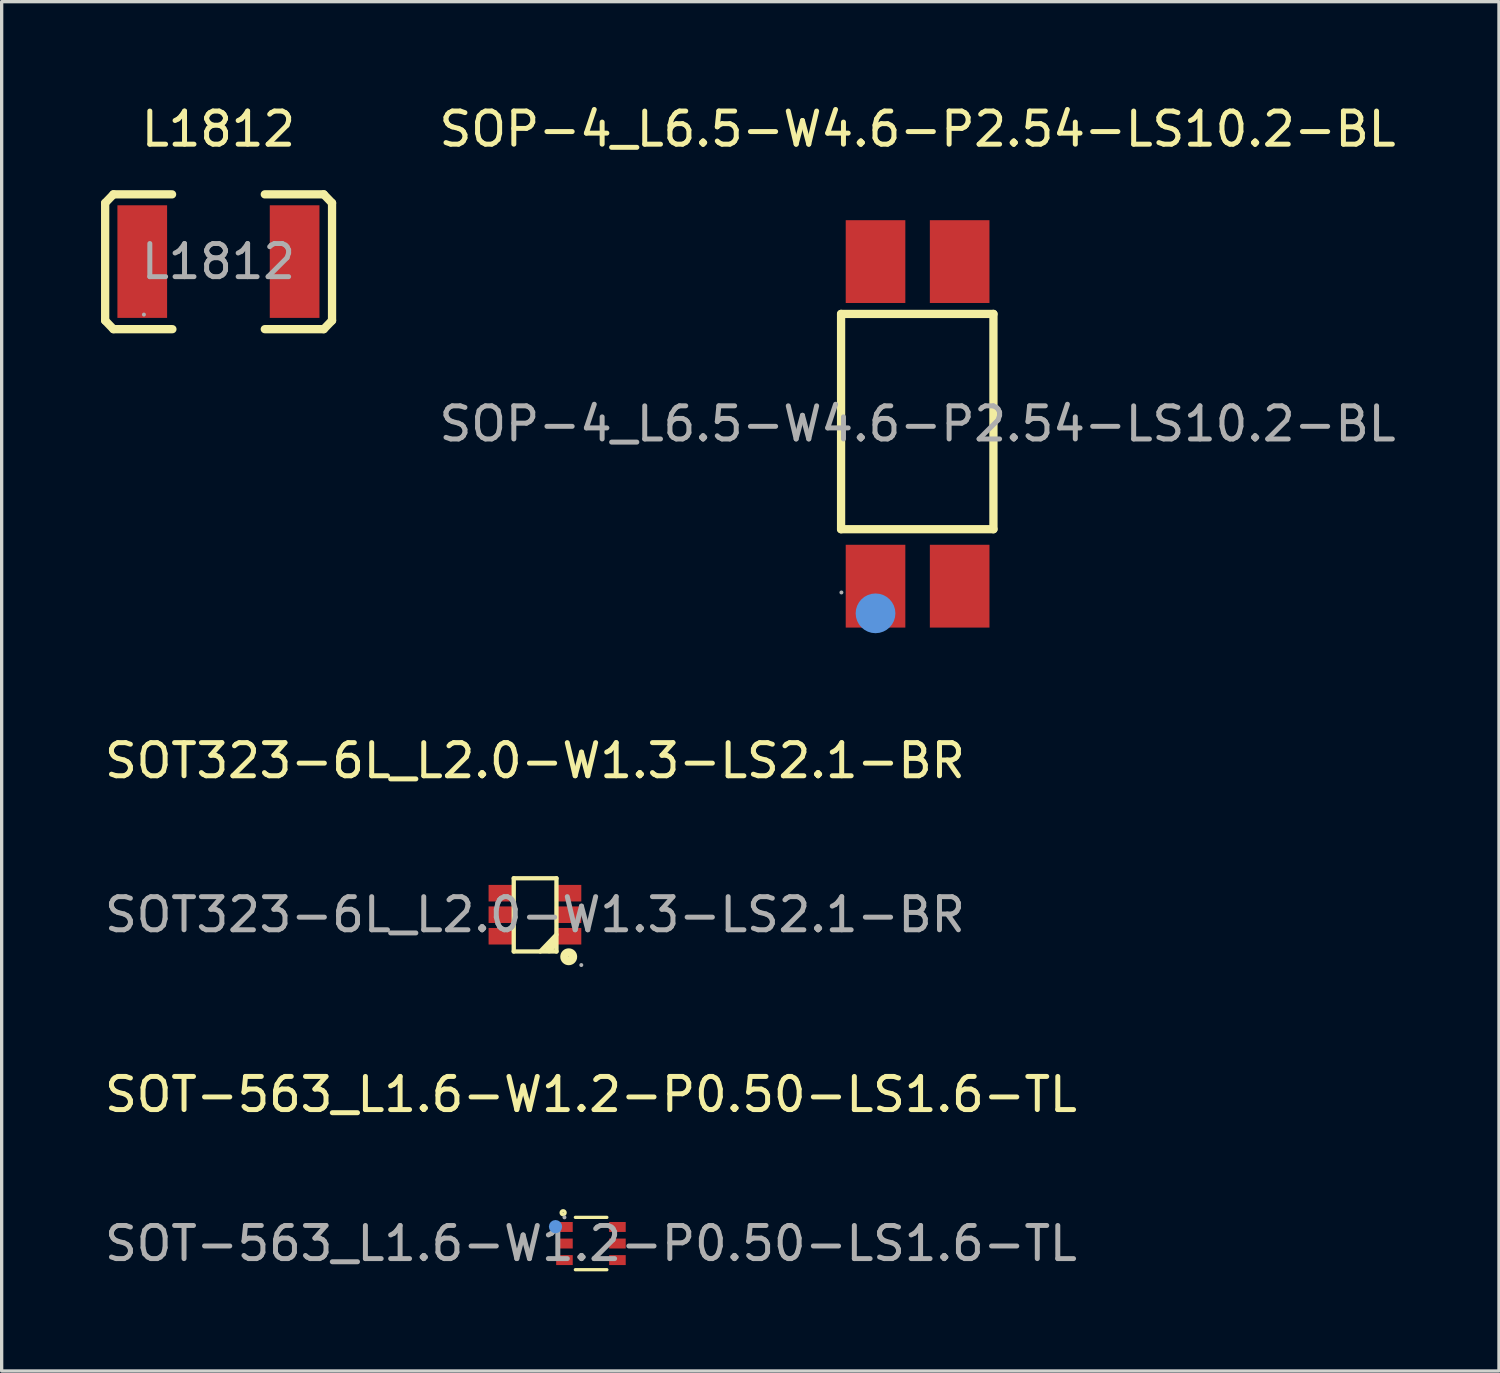
<source format=kicad_pcb>
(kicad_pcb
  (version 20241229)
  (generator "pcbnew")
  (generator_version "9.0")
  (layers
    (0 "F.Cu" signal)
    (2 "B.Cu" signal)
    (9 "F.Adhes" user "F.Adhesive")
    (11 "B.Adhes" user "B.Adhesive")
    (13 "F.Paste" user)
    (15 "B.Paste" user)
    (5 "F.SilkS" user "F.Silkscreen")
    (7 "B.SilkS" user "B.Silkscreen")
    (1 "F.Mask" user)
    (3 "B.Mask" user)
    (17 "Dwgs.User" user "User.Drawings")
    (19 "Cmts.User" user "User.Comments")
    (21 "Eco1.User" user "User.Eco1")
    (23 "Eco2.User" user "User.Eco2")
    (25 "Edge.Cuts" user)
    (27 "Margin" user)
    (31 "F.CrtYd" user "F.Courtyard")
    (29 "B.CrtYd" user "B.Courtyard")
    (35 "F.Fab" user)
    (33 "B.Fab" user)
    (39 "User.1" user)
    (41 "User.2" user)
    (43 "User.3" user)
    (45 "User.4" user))
  (footprint "SOP-4_L6.5-W4.6-P2.54-LS10.2-BL"
    (layer "F.Cu")
    (at 24.654 9.748)
    (property "Reference" "SOP-4_L6.5-W4.6-P2.54-LS10.2-BL" (at 0 -8.9 0) (layer "F.SilkS") (effects (font (size 1 1) (thickness 0.15))))
    (attr through_hole)
    (fp_line (start -2.31 -3.32) (end 2.29 -3.32) (stroke (width 0.25) (type solid)) (layer "F.SilkS"))
    (fp_line (start -2.31 3.18) (end -2.31 -3.32) (stroke (width 0.25) (type solid)) (layer "F.SilkS"))
    (fp_line (start 2.29 -3.32) (end 2.29 3.18) (stroke (width 0.25) (type solid)) (layer "F.SilkS"))
    (fp_line (start 2.29 3.18) (end -2.31 3.18) (stroke (width 0.25) (type solid)) (layer "F.SilkS"))
    (fp_circle (center -1.27 5.72) (end -0.97 5.72) (stroke (width 0.6) (type solid)) (fill no) (layer "Cmts.User"))
    (fp_circle (center -2.3 5.09) (end -2.27 5.09) (stroke (width 0.06) (type solid)) (fill no) (layer "F.Fab"))
    (fp_text user "${REFERENCE}" (at 0 0 0) (layer "F.Fab") (effects (font (size 1 1) (thickness 0.15))))
    (pad "1" smd rect (at -1.27 4.9) (size 1.8 2.5) (layers "F.Cu" "F.Mask" "F.Paste"))
    (pad "2" smd rect (at 1.27 4.9) (size 1.8 2.5) (layers "F.Cu" "F.Mask" "F.Paste"))
    (pad "3" smd rect (at 1.27 -4.9) (size 1.8 2.5) (layers "F.Cu" "F.Mask" "F.Paste"))
    (pad "4" smd rect (at -1.27 -4.9) (size 1.8 2.5) (layers "F.Cu" "F.Mask" "F.Paste")))
  (footprint "L1812"
    (layer "F.Cu")
    (at 3.545 4.848)
    (property "Reference" "L1812" (at 0 -4 0) (layer "F.SilkS") (effects (font (size 1 1) (thickness 0.15))))
    (attr through_hole)
    (fp_line (start -3.42 -1.77) (end -3.17 -2.03) (stroke (width 0.25) (type solid)) (layer "F.SilkS"))
    (fp_line (start -3.42 1.78) (end -3.42 -1.77) (stroke (width 0.25) (type solid)) (layer "F.SilkS"))
    (fp_line (start -3.17 -2.03) (end -1.4 -2.03) (stroke (width 0.25) (type solid)) (layer "F.SilkS"))
    (fp_line (start -3.17 2.04) (end -3.42 1.78) (stroke (width 0.25) (type solid)) (layer "F.SilkS"))
    (fp_line (start -1.39 2.04) (end -3.17 2.04) (stroke (width 0.25) (type solid)) (layer "F.SilkS"))
    (fp_line (start 1.4 -2.03) (end 3.18 -2.03) (stroke (width 0.25) (type solid)) (layer "F.SilkS"))
    (fp_line (start 3.18 -2.03) (end 3.43 -1.77) (stroke (width 0.25) (type solid)) (layer "F.SilkS"))
    (fp_line (start 3.18 2.04) (end 1.4 2.04) (stroke (width 0.25) (type solid)) (layer "F.SilkS"))
    (fp_line (start 3.43 -1.77) (end 3.43 1.78) (stroke (width 0.25) (type solid)) (layer "F.SilkS"))
    (fp_line (start 3.43 1.78) (end 3.18 2.04) (stroke (width 0.25) (type solid)) (layer "F.SilkS"))
    (fp_circle (center -2.25 1.6) (end -2.22 1.6) (stroke (width 0.06) (type solid)) (fill no) (layer "F.Fab"))
    (fp_text user "${REFERENCE}" (at 0 0 0) (layer "F.Fab") (effects (font (size 1 1) (thickness 0.15))))
    (pad "1" smd rect (at -2.3 0) (size 1.5 3.4) (layers "F.Cu" "F.Mask" "F.Paste"))
    (pad "2" smd rect (at 2.3 0) (size 1.5 3.4) (layers "F.Cu" "F.Mask" "F.Paste")))
  (footprint "SOT-563_L1.6-W1.2-P0.50-LS1.6-TL"
    (layer "F.Cu")
    (at 14.792 34.495)
    (property "Reference" "SOT-563_L1.6-W1.2-P0.50-LS1.6-TL" (at 0 -4.5 0) (layer "F.SilkS") (effects (font (size 1 1) (thickness 0.15))))
    (attr through_hole)
    (fp_line (start 0.48 -0.79) (end -0.47 -0.79) (stroke (width 0.1) (type solid)) (layer "F.SilkS"))
    (fp_line (start 0.48 0.79) (end -0.47 0.79) (stroke (width 0.1) (type solid)) (layer "F.SilkS"))
    (fp_circle (center -0.84 -0.93) (end -0.78 -0.93) (stroke (width 0.1) (type solid)) (fill no) (layer "F.SilkS"))
    (fp_circle (center -1.07 -0.51) (end -0.97 -0.51) (stroke (width 0.2) (type solid)) (fill no) (layer "Cmts.User"))
    (fp_circle (center -0.8 -0.79) (end -0.77 -0.79) (stroke (width 0.06) (type solid)) (fill no) (layer "F.Fab"))
    (fp_text user "${REFERENCE}" (at 0 0 0) (layer "F.Fab") (effects (font (size 1 1) (thickness 0.15))))
    (pad "1" smd rect (at -0.8 -0.5 270) (size 0.3 0.5) (layers "F.Cu" "F.Mask" "F.Paste"))
    (pad "2" smd rect (at -0.8 0 270) (size 0.3 0.5) (layers "F.Cu" "F.Mask" "F.Paste"))
    (pad "3" smd rect (at -0.8 0.5 270) (size 0.3 0.5) (layers "F.Cu" "F.Mask" "F.Paste"))
    (pad "4" smd rect (at 0.8 0.5 270) (size 0.3 0.5) (layers "F.Cu" "F.Mask" "F.Paste"))
    (pad "5" smd rect (at 0.8 0 270) (size 0.3 0.5) (layers "F.Cu" "F.Mask" "F.Paste"))
    (pad "6" smd rect (at 0.8 -0.5 270) (size 0.3 0.5) (layers "F.Cu" "F.Mask" "F.Paste")))
  (footprint "SOT323-6L_L2.0-W1.3-LS2.1-BR"
    (layer "F.Cu")
    (at 13.101 24.567)
    (property "Reference" "SOT323-6L_L2.0-W1.3-LS2.1-BR" (at 0 -4.65 0) (layer "F.SilkS") (effects (font (size 1 1) (thickness 0.15))))
    (attr through_hole)
    (fp_line (start -0.64 -1.1) (end 0.65 -1.1) (stroke (width 0.13) (type solid)) (layer "F.SilkS"))
    (fp_line (start -0.64 1.11) (end -0.64 -1.1) (stroke (width 0.13) (type solid)) (layer "F.SilkS"))
    (fp_line (start 0.57 0.85) (end 0.43 1.04) (stroke (width 0.25) (type solid)) (layer "F.SilkS"))
    (fp_line (start 0.65 -1.1) (end 0.65 1.11) (stroke (width 0.13) (type solid)) (layer "F.SilkS"))
    (fp_line (start 0.65 0.6) (end 0.16 1.11) (stroke (width 0.13) (type solid)) (layer "F.SilkS"))
    (fp_line (start 0.65 1.11) (end -0.64 1.11) (stroke (width 0.13) (type solid)) (layer "F.SilkS"))
    (fp_circle (center 1.02 1.27) (end 1.15 1.27) (stroke (width 0.25) (type solid)) (fill no) (layer "F.SilkS"))
    (fp_circle (center 1.4 1.52) (end 1.43 1.52) (stroke (width 0.06) (type solid)) (fill no) (layer "F.Fab"))
    (fp_text user "${REFERENCE}" (at 0 0 0) (layer "F.Fab") (effects (font (size 1 1) (thickness 0.15))))
    (pad "1" smd rect (at 1 0.65 90) (size 0.5 0.8) (layers "F.Cu" "F.Mask" "F.Paste"))
    (pad "2" smd rect (at 1 0 90) (size 0.5 0.8) (layers "F.Cu" "F.Mask" "F.Paste"))
    (pad "3" smd rect (at 1 -0.65 90) (size 0.5 0.8) (layers "F.Cu" "F.Mask" "F.Paste"))
    (pad "4" smd rect (at -1 -0.65 90) (size 0.5 0.8) (layers "F.Cu" "F.Mask" "F.Paste"))
    (pad "5" smd rect (at -1 0 90) (size 0.5 0.8) (layers "F.Cu" "F.Mask" "F.Paste"))
    (pad "6" smd rect (at -1 0.65 90) (size 0.5 0.8) (layers "F.Cu" "F.Mask" "F.Paste")))
  (gr_rect
    (start -3 -3)
    (end 42.207 38.343)
    (stroke (width 0.1) (type default))
    (fill no)
    (layer "Edge.Cuts")))
</source>
